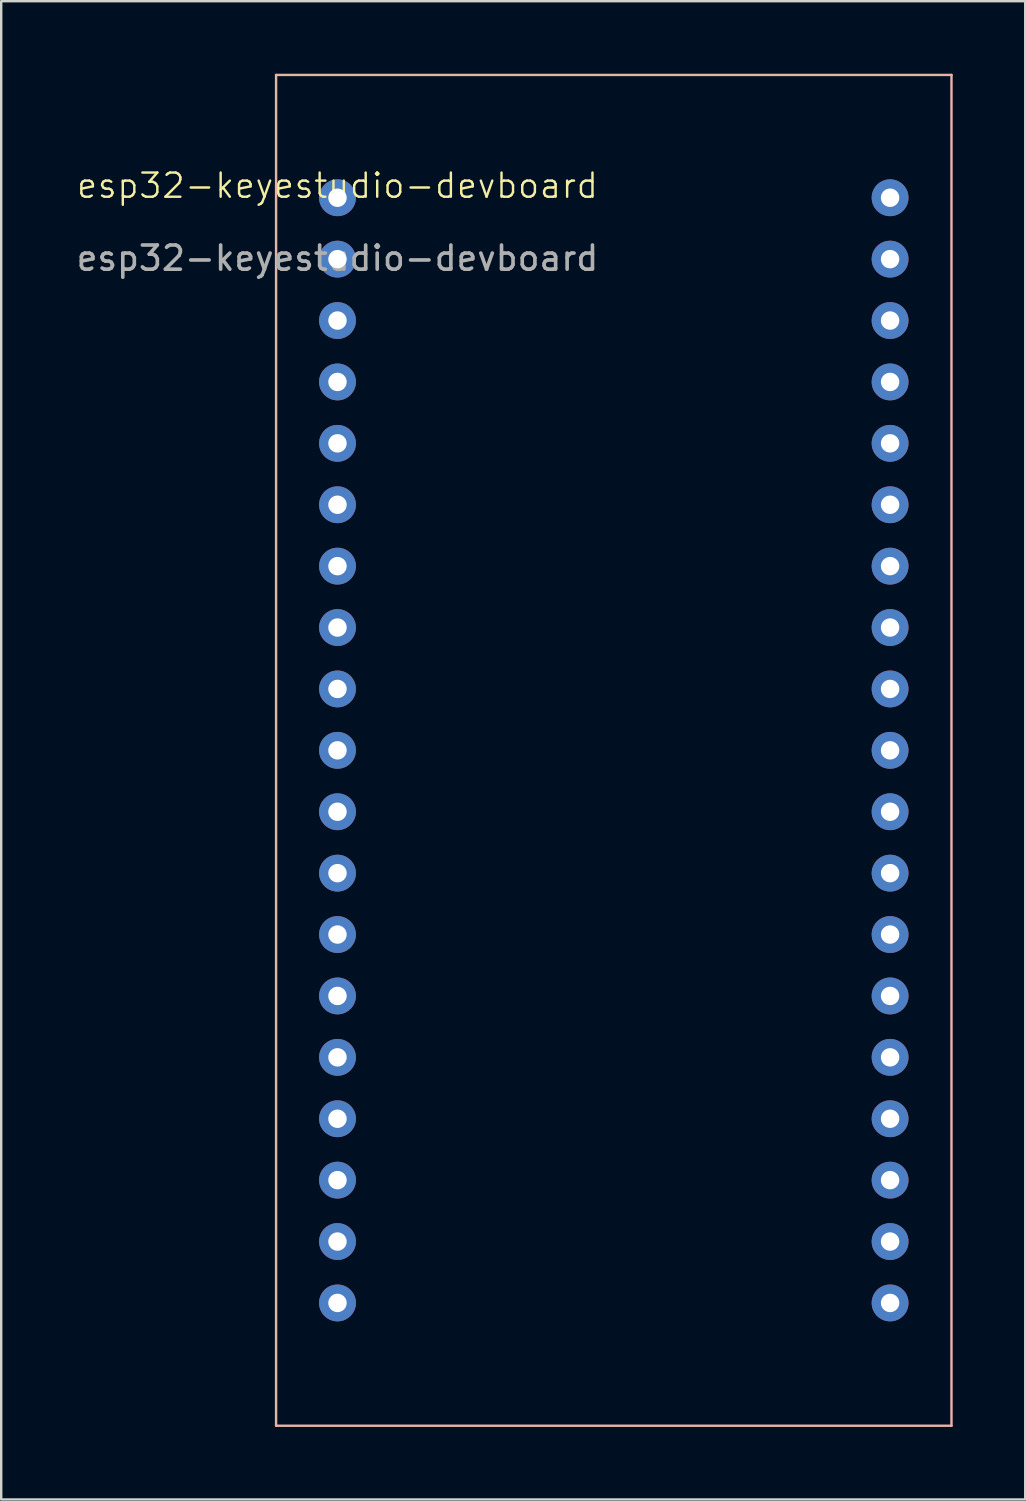
<source format=kicad_pcb>
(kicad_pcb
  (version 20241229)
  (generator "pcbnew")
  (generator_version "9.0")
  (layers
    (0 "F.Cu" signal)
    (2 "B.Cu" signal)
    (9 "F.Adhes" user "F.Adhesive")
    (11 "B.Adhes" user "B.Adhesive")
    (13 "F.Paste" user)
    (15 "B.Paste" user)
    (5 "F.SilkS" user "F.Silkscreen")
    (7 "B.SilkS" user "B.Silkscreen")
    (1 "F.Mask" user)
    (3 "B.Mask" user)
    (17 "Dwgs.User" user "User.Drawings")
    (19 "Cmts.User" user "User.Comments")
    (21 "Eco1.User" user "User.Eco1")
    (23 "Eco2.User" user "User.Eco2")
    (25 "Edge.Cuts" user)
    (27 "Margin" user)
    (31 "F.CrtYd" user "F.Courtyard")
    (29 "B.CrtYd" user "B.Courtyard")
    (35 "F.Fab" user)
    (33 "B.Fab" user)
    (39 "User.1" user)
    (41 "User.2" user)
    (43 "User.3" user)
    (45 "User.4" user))
  (footprint "esp32-keyestudio-devboard"
    (layer "F.Cu")
    (at 10.911 5.13)
    (property "Reference" "esp32-keyestudio-devboard" (at 0 -0.5 0) (unlocked yes) (layer "F.SilkS") (effects (font (size 1 1) (thickness 0.1))))
    (attr through_hole)
    (fp_line (start -2.54 -5.08) (end -2.54 50.8) (stroke (width 0.1) (type default)) (layer "B.SilkS"))
    (fp_line (start -2.54 50.8) (end 25.4 50.8) (stroke (width 0.1) (type default)) (layer "B.SilkS"))
    (fp_line (start 25.4 -5.08) (end -2.54 -5.08) (stroke (width 0.1) (type default)) (layer "B.SilkS"))
    (fp_line (start 25.4 50.8) (end 25.4 -5.08) (stroke (width 0.1) (type default)) (layer "B.SilkS"))
    (fp_text user "${REFERENCE}" (at 0 2.5 0) (unlocked yes) (layer "F.Fab") (effects (font (size 1 1) (thickness 0.15))))
    (pad "1" thru_hole circle (at 0 0) (size 1.524 1.524) (drill 0.762) (layers "*.Cu" "*.Mask"))
    (pad "2" thru_hole circle (at 0 2.54) (size 1.524 1.524) (drill 0.762) (layers "*.Cu" "*.Mask"))
    (pad "3" thru_hole circle (at 0 5.08) (size 1.524 1.524) (drill 0.762) (layers "*.Cu" "*.Mask"))
    (pad "4" thru_hole circle (at 0 7.62) (size 1.524 1.524) (drill 0.762) (layers "*.Cu" "*.Mask"))
    (pad "5" thru_hole circle (at 0 10.16) (size 1.524 1.524) (drill 0.762) (layers "*.Cu" "*.Mask"))
    (pad "6" thru_hole circle (at 0 12.7) (size 1.524 1.524) (drill 0.762) (layers "*.Cu" "*.Mask"))
    (pad "7" thru_hole circle (at 0 15.24) (size 1.524 1.524) (drill 0.762) (layers "*.Cu" "*.Mask"))
    (pad "8" thru_hole circle (at 0 17.78) (size 1.524 1.524) (drill 0.762) (layers "*.Cu" "*.Mask"))
    (pad "9" thru_hole circle (at 0 20.32) (size 1.524 1.524) (drill 0.762) (layers "*.Cu" "*.Mask"))
    (pad "10" thru_hole circle (at 0 22.86) (size 1.524 1.524) (drill 0.762) (layers "*.Cu" "*.Mask"))
    (pad "11" thru_hole circle (at 0 25.4) (size 1.524 1.524) (drill 0.762) (layers "*.Cu" "*.Mask"))
    (pad "12" thru_hole circle (at 0 27.94) (size 1.524 1.524) (drill 0.762) (layers "*.Cu" "*.Mask"))
    (pad "13" thru_hole circle (at 0 30.48) (size 1.524 1.524) (drill 0.762) (layers "*.Cu" "*.Mask"))
    (pad "14" thru_hole circle (at 0 33.02) (size 1.524 1.524) (drill 0.762) (layers "*.Cu" "*.Mask"))
    (pad "15" thru_hole circle (at 0 35.56) (size 1.524 1.524) (drill 0.762) (layers "*.Cu" "*.Mask"))
    (pad "16" thru_hole circle (at 0 38.1) (size 1.524 1.524) (drill 0.762) (layers "*.Cu" "*.Mask"))
    (pad "17" thru_hole circle (at 0 40.64) (size 1.524 1.524) (drill 0.762) (layers "*.Cu" "*.Mask"))
    (pad "18" thru_hole circle (at 0 43.18) (size 1.524 1.524) (drill 0.762) (layers "*.Cu" "*.Mask"))
    (pad "19" thru_hole circle (at 0 45.72) (size 1.524 1.524) (drill 0.762) (layers "*.Cu" "*.Mask"))
    (pad "20" thru_hole circle (at 22.86 0) (size 1.524 1.524) (drill 0.762) (layers "*.Cu" "*.Mask"))
    (pad "21" thru_hole circle (at 22.86 2.54) (size 1.524 1.524) (drill 0.762) (layers "*.Cu" "*.Mask"))
    (pad "22" thru_hole circle (at 22.86 5.08) (size 1.524 1.524) (drill 0.762) (layers "*.Cu" "*.Mask"))
    (pad "23" thru_hole circle (at 22.86 7.62) (size 1.524 1.524) (drill 0.762) (layers "*.Cu" "*.Mask"))
    (pad "24" thru_hole circle (at 22.86 10.16) (size 1.524 1.524) (drill 0.762) (layers "*.Cu" "*.Mask"))
    (pad "25" thru_hole circle (at 22.86 12.7) (size 1.524 1.524) (drill 0.762) (layers "*.Cu" "*.Mask"))
    (pad "26" thru_hole circle (at 22.86 15.24) (size 1.524 1.524) (drill 0.762) (layers "*.Cu" "*.Mask"))
    (pad "27" thru_hole circle (at 22.86 17.78) (size 1.524 1.524) (drill 0.762) (layers "*.Cu" "*.Mask"))
    (pad "28" thru_hole circle (at 22.86 20.32) (size 1.524 1.524) (drill 0.762) (layers "*.Cu" "*.Mask"))
    (pad "29" thru_hole circle (at 22.86 22.86) (size 1.524 1.524) (drill 0.762) (layers "*.Cu" "*.Mask"))
    (pad "30" thru_hole circle (at 22.86 25.4) (size 1.524 1.524) (drill 0.762) (layers "*.Cu" "*.Mask"))
    (pad "31" thru_hole circle (at 22.86 27.94) (size 1.524 1.524) (drill 0.762) (layers "*.Cu" "*.Mask"))
    (pad "32" thru_hole circle (at 22.86 30.48) (size 1.524 1.524) (drill 0.762) (layers "*.Cu" "*.Mask"))
    (pad "33" thru_hole circle (at 22.86 33.02) (size 1.524 1.524) (drill 0.762) (layers "*.Cu" "*.Mask"))
    (pad "34" thru_hole circle (at 22.86 35.56) (size 1.524 1.524) (drill 0.762) (layers "*.Cu" "*.Mask"))
    (pad "35" thru_hole circle (at 22.86 38.1) (size 1.524 1.524) (drill 0.762) (layers "*.Cu" "*.Mask"))
    (pad "36" thru_hole circle (at 22.86 40.64) (size 1.524 1.524) (drill 0.762) (layers "*.Cu" "*.Mask"))
    (pad "37" thru_hole circle (at 22.86 43.18) (size 1.524 1.524) (drill 0.762) (layers "*.Cu" "*.Mask"))
    (pad "38" thru_hole circle (at 22.86 45.72) (size 1.524 1.524) (drill 0.762) (layers "*.Cu" "*.Mask")))
  (gr_rect
    (start -3 -3)
    (end 39.361 58.98)
    (stroke (width 0.1) (type default))
    (fill no)
    (layer "Edge.Cuts")))
</source>
